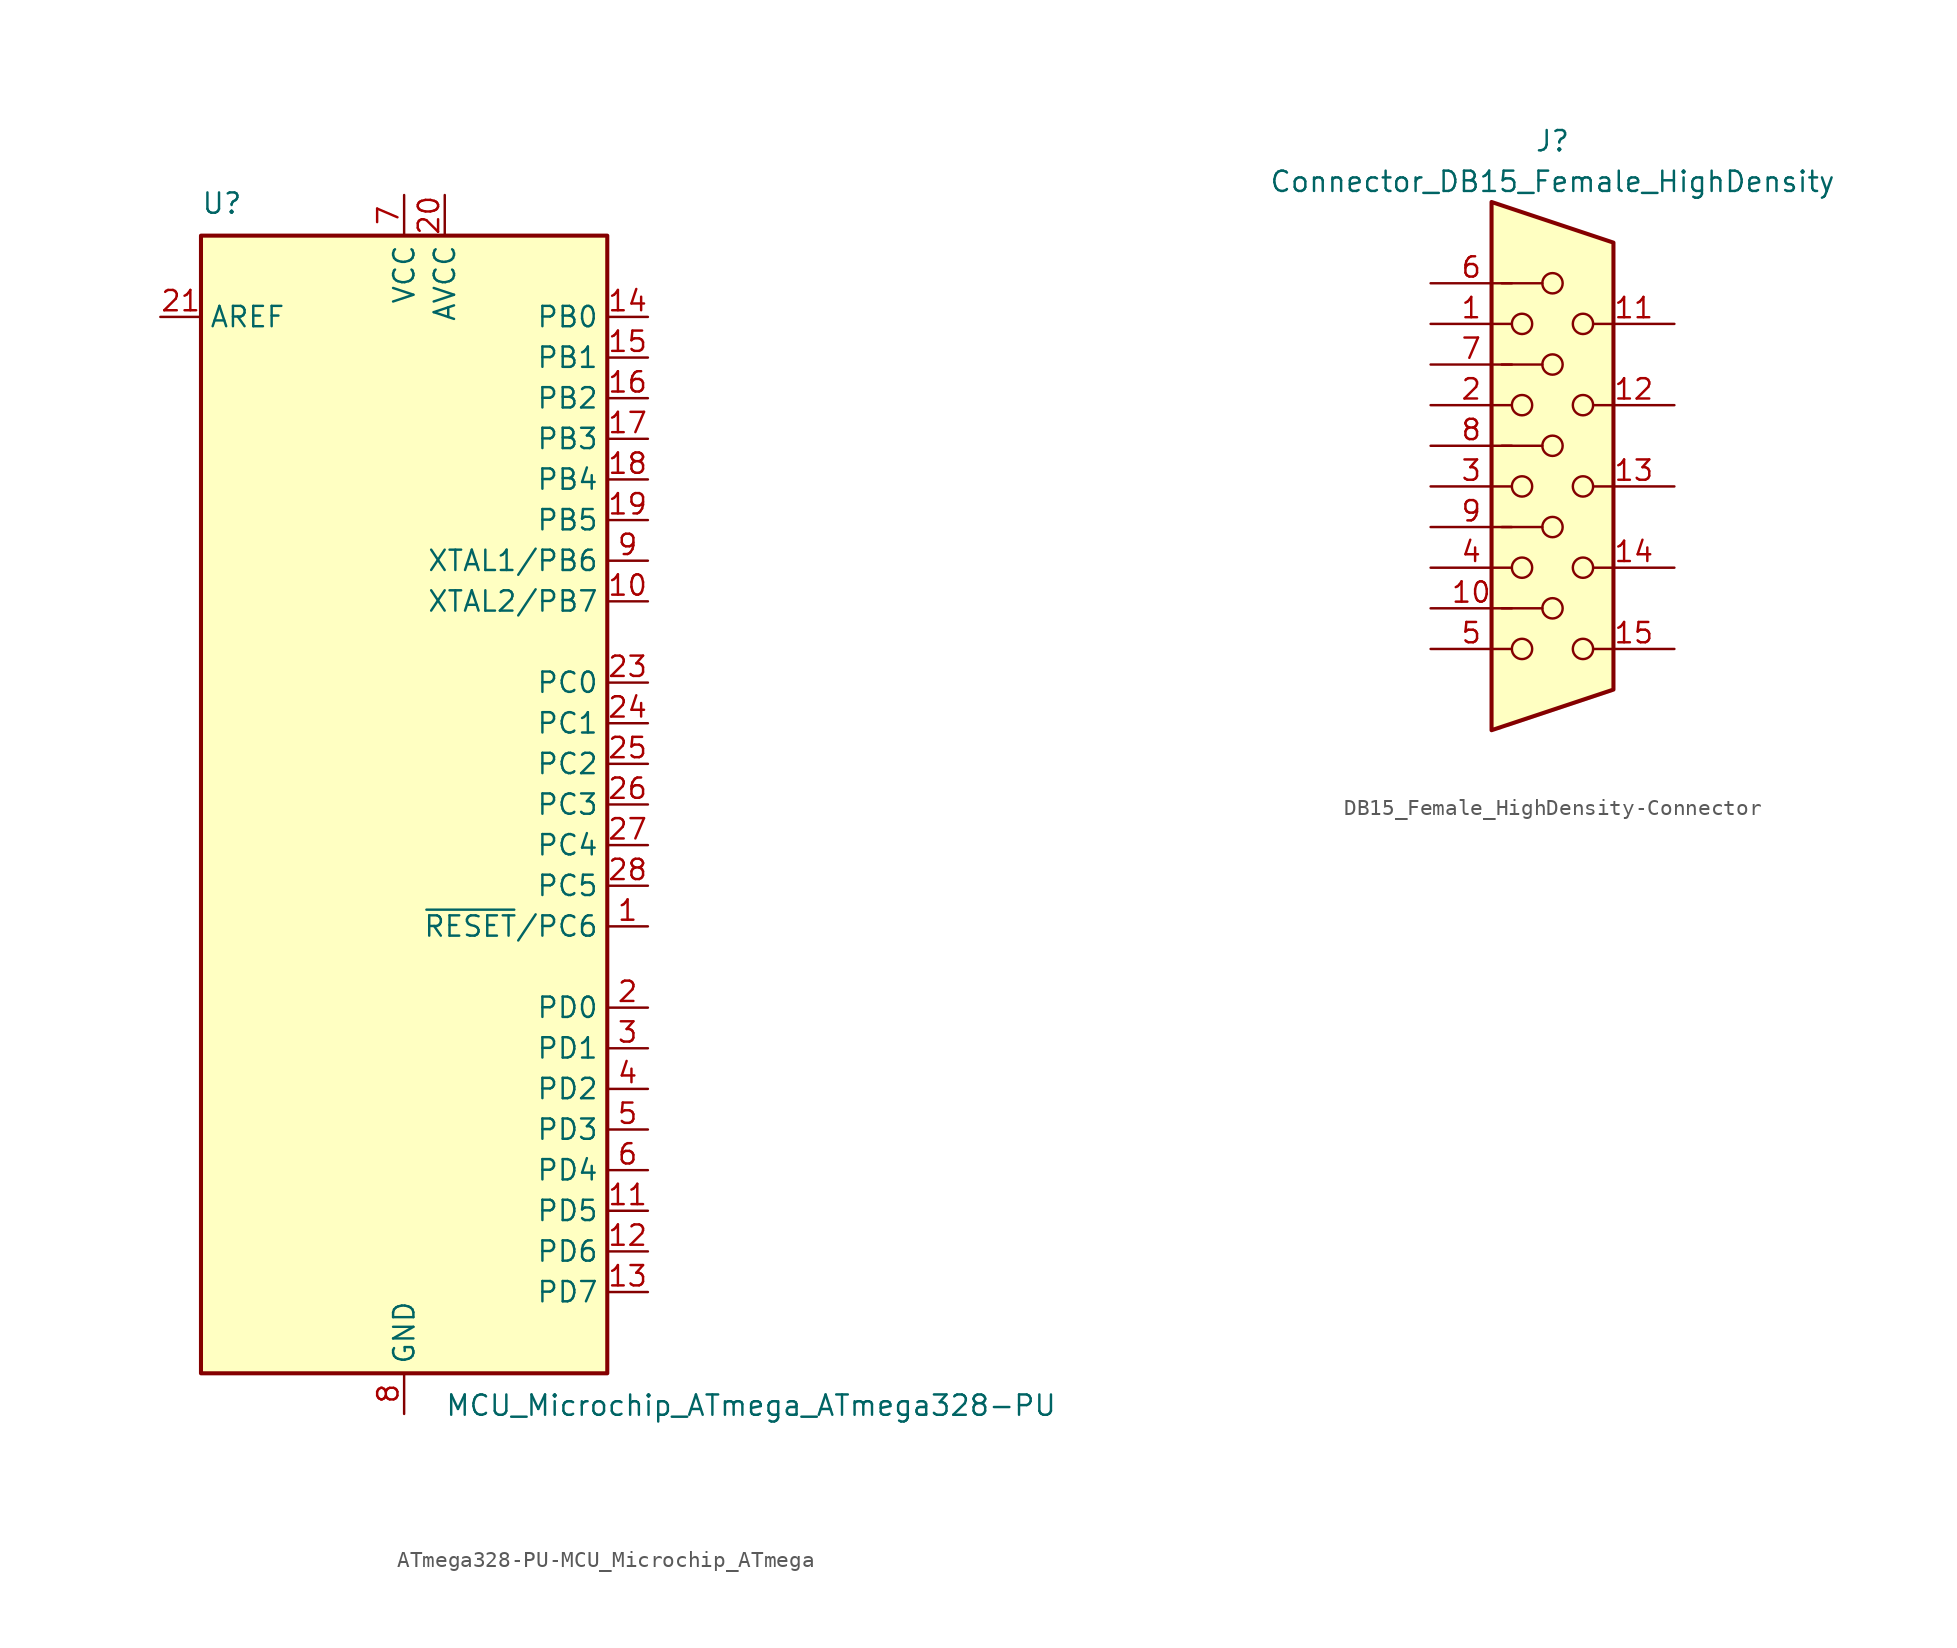
<source format=kicad_sym>
(kicad_symbol_lib
  (version 20241209)
  (generator "kicad_symbol_editor")
  (generator_version "9.0")
  (symbol "ATmega328-PU-MCU_Microchip_ATmega"
    (property "Reference" "U"
      (at -12.7 36.83 0)
      (effects (font (size 1.27 1.27)) (justify left bottom)))
    (property "Value" "MCU_Microchip_ATmega_ATmega328-PU"
      (at 2.54 -36.83 0)
      (effects (font (size 1.27 1.27)) (justify left top)))
    (symbol "ATmega328-PU-MCU_Microchip_ATmega_0_1"
      (rectangle (start -12.7 -35.56) (end 12.7 35.56) (stroke (width 0.254) (type solid)) (fill (type background))))
    (symbol "ATmega328-PU-MCU_Microchip_ATmega_1_1"
      (pin passive line (at -15.24 30.48 0) (length 2.54) (name "AREF" (effects (font (size 1.27 1.27)))) (number "21" (effects (font (size 1.27 1.27)))))
      (pin power_in line (at 0 38.1 270) (length 2.54) (name "VCC" (effects (font (size 1.27 1.27)))) (number "7" (effects (font (size 1.27 1.27)))))
      (pin passive line (at 0 -38.1 90) (length 2.54) (hide yes) (name "GND" (effects (font (size 1.27 1.27)))) (number "22" (effects (font (size 1.27 1.27)))))
      (pin power_in line (at 0 -38.1 90) (length 2.54) (name "GND" (effects (font (size 1.27 1.27)))) (number "8" (effects (font (size 1.27 1.27)))))
      (pin power_in line (at 2.54 38.1 270) (length 2.54) (name "AVCC" (effects (font (size 1.27 1.27)))) (number "20" (effects (font (size 1.27 1.27)))))
      (pin bidirectional line (at 15.24 30.48 180) (length 2.54) (name "PB0" (effects (font (size 1.27 1.27)))) (number "14" (effects (font (size 1.27 1.27)))))
      (pin bidirectional line (at 15.24 27.94 180) (length 2.54) (name "PB1" (effects (font (size 1.27 1.27)))) (number "15" (effects (font (size 1.27 1.27)))))
      (pin bidirectional line (at 15.24 25.4 180) (length 2.54) (name "PB2" (effects (font (size 1.27 1.27)))) (number "16" (effects (font (size 1.27 1.27)))))
      (pin bidirectional line (at 15.24 22.86 180) (length 2.54) (name "PB3" (effects (font (size 1.27 1.27)))) (number "17" (effects (font (size 1.27 1.27)))))
      (pin bidirectional line (at 15.24 20.32 180) (length 2.54) (name "PB4" (effects (font (size 1.27 1.27)))) (number "18" (effects (font (size 1.27 1.27)))))
      (pin bidirectional line (at 15.24 17.78 180) (length 2.54) (name "PB5" (effects (font (size 1.27 1.27)))) (number "19" (effects (font (size 1.27 1.27)))))
      (pin bidirectional line (at 15.24 15.24 180) (length 2.54) (name "XTAL1/PB6" (effects (font (size 1.27 1.27)))) (number "9" (effects (font (size 1.27 1.27)))))
      (pin bidirectional line (at 15.24 12.7 180) (length 2.54) (name "XTAL2/PB7" (effects (font (size 1.27 1.27)))) (number "10" (effects (font (size 1.27 1.27)))))
      (pin bidirectional line (at 15.24 7.62 180) (length 2.54) (name "PC0" (effects (font (size 1.27 1.27)))) (number "23" (effects (font (size 1.27 1.27)))))
      (pin bidirectional line (at 15.24 5.08 180) (length 2.54) (name "PC1" (effects (font (size 1.27 1.27)))) (number "24" (effects (font (size 1.27 1.27)))))
      (pin bidirectional line (at 15.24 2.54 180) (length 2.54) (name "PC2" (effects (font (size 1.27 1.27)))) (number "25" (effects (font (size 1.27 1.27)))))
      (pin bidirectional line (at 15.24 0 180) (length 2.54) (name "PC3" (effects (font (size 1.27 1.27)))) (number "26" (effects (font (size 1.27 1.27)))))
      (pin bidirectional line (at 15.24 -2.54 180) (length 2.54) (name "PC4" (effects (font (size 1.27 1.27)))) (number "27" (effects (font (size 1.27 1.27)))))
      (pin bidirectional line (at 15.24 -5.08 180) (length 2.54) (name "PC5" (effects (font (size 1.27 1.27)))) (number "28" (effects (font (size 1.27 1.27)))))
      (pin bidirectional line (at 15.24 -7.62 180) (length 2.54) (name "~{RESET}/PC6" (effects (font (size 1.27 1.27)))) (number "1" (effects (font (size 1.27 1.27)))))
      (pin bidirectional line (at 15.24 -12.7 180) (length 2.54) (name "PD0" (effects (font (size 1.27 1.27)))) (number "2" (effects (font (size 1.27 1.27)))))
      (pin bidirectional line (at 15.24 -15.24 180) (length 2.54) (name "PD1" (effects (font (size 1.27 1.27)))) (number "3" (effects (font (size 1.27 1.27)))))
      (pin bidirectional line (at 15.24 -17.78 180) (length 2.54) (name "PD2" (effects (font (size 1.27 1.27)))) (number "4" (effects (font (size 1.27 1.27)))))
      (pin bidirectional line (at 15.24 -20.32 180) (length 2.54) (name "PD3" (effects (font (size 1.27 1.27)))) (number "5" (effects (font (size 1.27 1.27)))))
      (pin bidirectional line (at 15.24 -22.86 180) (length 2.54) (name "PD4" (effects (font (size 1.27 1.27)))) (number "6" (effects (font (size 1.27 1.27)))))
      (pin bidirectional line (at 15.24 -25.4 180) (length 2.54) (name "PD5" (effects (font (size 1.27 1.27)))) (number "11" (effects (font (size 1.27 1.27)))))
      (pin bidirectional line (at 15.24 -27.94 180) (length 2.54) (name "PD6" (effects (font (size 1.27 1.27)))) (number "12" (effects (font (size 1.27 1.27)))))
      (pin bidirectional line (at 15.24 -30.48 180) (length 2.54) (name "PD7" (effects (font (size 1.27 1.27)))) (number "13" (effects (font (size 1.27 1.27)))))))
  (symbol "DB15_Female_HighDensity-Connector"
    (pin_names
      (offset 1.016)
      (hide yes))
    (property "Reference" "J"
      (at 0 21.59 0)
      (effects (font (size 1.27 1.27))))
    (property "Value" "Connector_DB15_Female_HighDensity"
      (at 0 19.05 0)
      (effects (font (size 1.27 1.27))))
    (symbol "DB15_Female_HighDensity-Connector_0_1"
      (polyline (pts (xy -3.81 17.78) (xy -3.81 -15.24) (xy 3.81 -12.7) (xy 3.81 15.24) (xy -3.81 17.78)) (stroke (width 0.254) (type solid)) (fill (type background)))
      (polyline (pts (xy -3.175 7.62) (xy -0.635 7.62)) (stroke (width 0) (type solid)) (fill (type none)))
      (circle (center -1.905 10.16) (radius 0.635) (stroke (width 0) (type solid)) (fill (type none)))
      (circle (center -1.905 5.08) (radius 0.635) (stroke (width 0) (type solid)) (fill (type none)))
      (circle (center -1.905 0) (radius 0.635) (stroke (width 0) (type solid)) (fill (type none)))
      (circle (center -1.905 -5.08) (radius 0.635) (stroke (width 0) (type solid)) (fill (type none)))
      (circle (center -1.905 -10.16) (radius 0.635) (stroke (width 0) (type solid)) (fill (type none)))
      (polyline (pts (xy -0.635 12.7) (xy -3.175 12.7)) (stroke (width 0) (type solid)) (fill (type none)))
      (polyline (pts (xy -0.635 2.54) (xy -3.175 2.54)) (stroke (width 0) (type solid)) (fill (type none)))
      (polyline (pts (xy -0.635 -2.54) (xy -3.175 -2.54)) (stroke (width 0) (type solid)) (fill (type none)))
      (polyline (pts (xy -0.635 -7.62) (xy -3.175 -7.62)) (stroke (width 0) (type solid)) (fill (type none)))
      (circle (center 0 12.7) (radius 0.635) (stroke (width 0) (type solid)) (fill (type none)))
      (circle (center 0 7.62) (radius 0.635) (stroke (width 0) (type solid)) (fill (type none)))
      (circle (center 0 2.54) (radius 0.635) (stroke (width 0) (type solid)) (fill (type none)))
      (circle (center 0 -2.54) (radius 0.635) (stroke (width 0) (type solid)) (fill (type none)))
      (circle (center 0 -7.62) (radius 0.635) (stroke (width 0) (type solid)) (fill (type none)))
      (circle (center 1.905 10.16) (radius 0.635) (stroke (width 0) (type solid)) (fill (type none)))
      (circle (center 1.905 5.08) (radius 0.635) (stroke (width 0) (type solid)) (fill (type none)))
      (circle (center 1.905 0) (radius 0.635) (stroke (width 0) (type solid)) (fill (type none)))
      (circle (center 1.905 -5.08) (radius 0.635) (stroke (width 0) (type solid)) (fill (type none)))
      (circle (center 1.905 -10.16) (radius 0.635) (stroke (width 0) (type solid)) (fill (type none))))
    (symbol "DB15_Female_HighDensity-Connector_1_1"
      (pin passive line (at -7.62 12.7 0) (length 5.08) (name "~" (effects (font (size 1.27 1.27)))) (number "6" (effects (font (size 1.27 1.27)))))
      (pin passive line (at -7.62 10.16 0) (length 5.08) (name "~" (effects (font (size 1.27 1.27)))) (number "1" (effects (font (size 1.27 1.27)))))
      (pin passive line (at -7.62 7.62 0) (length 5.08) (name "~" (effects (font (size 1.27 1.27)))) (number "7" (effects (font (size 1.27 1.27)))))
      (pin passive line (at -7.62 5.08 0) (length 5.08) (name "~" (effects (font (size 1.27 1.27)))) (number "2" (effects (font (size 1.27 1.27)))))
      (pin passive line (at -7.62 2.54 0) (length 5.08) (name "~" (effects (font (size 1.27 1.27)))) (number "8" (effects (font (size 1.27 1.27)))))
      (pin passive line (at -7.62 0 0) (length 5.08) (name "~" (effects (font (size 1.27 1.27)))) (number "3" (effects (font (size 1.27 1.27)))))
      (pin passive line (at -7.62 -2.54 0) (length 5.08) (name "~" (effects (font (size 1.27 1.27)))) (number "9" (effects (font (size 1.27 1.27)))))
      (pin passive line (at -7.62 -5.08 0) (length 5.08) (name "~" (effects (font (size 1.27 1.27)))) (number "4" (effects (font (size 1.27 1.27)))))
      (pin passive line (at -7.62 -7.62 0) (length 5.08) (name "~" (effects (font (size 1.27 1.27)))) (number "10" (effects (font (size 1.27 1.27)))))
      (pin passive line (at -7.62 -10.16 0) (length 5.08) (name "~" (effects (font (size 1.27 1.27)))) (number "5" (effects (font (size 1.27 1.27)))))
      (pin passive line (at 7.62 10.16 180) (length 5.08) (name "~" (effects (font (size 1.27 1.27)))) (number "11" (effects (font (size 1.27 1.27)))))
      (pin passive line (at 7.62 5.08 180) (length 5.08) (name "~" (effects (font (size 1.27 1.27)))) (number "12" (effects (font (size 1.27 1.27)))))
      (pin passive line (at 7.62 0 180) (length 5.08) (name "~" (effects (font (size 1.27 1.27)))) (number "13" (effects (font (size 1.27 1.27)))))
      (pin passive line (at 7.62 -5.08 180) (length 5.08) (name "~" (effects (font (size 1.27 1.27)))) (number "14" (effects (font (size 1.27 1.27)))))
      (pin passive line (at 7.62 -10.16 180) (length 5.08) (name "~" (effects (font (size 1.27 1.27)))) (number "15" (effects (font (size 1.27 1.27))))))))
</source>
